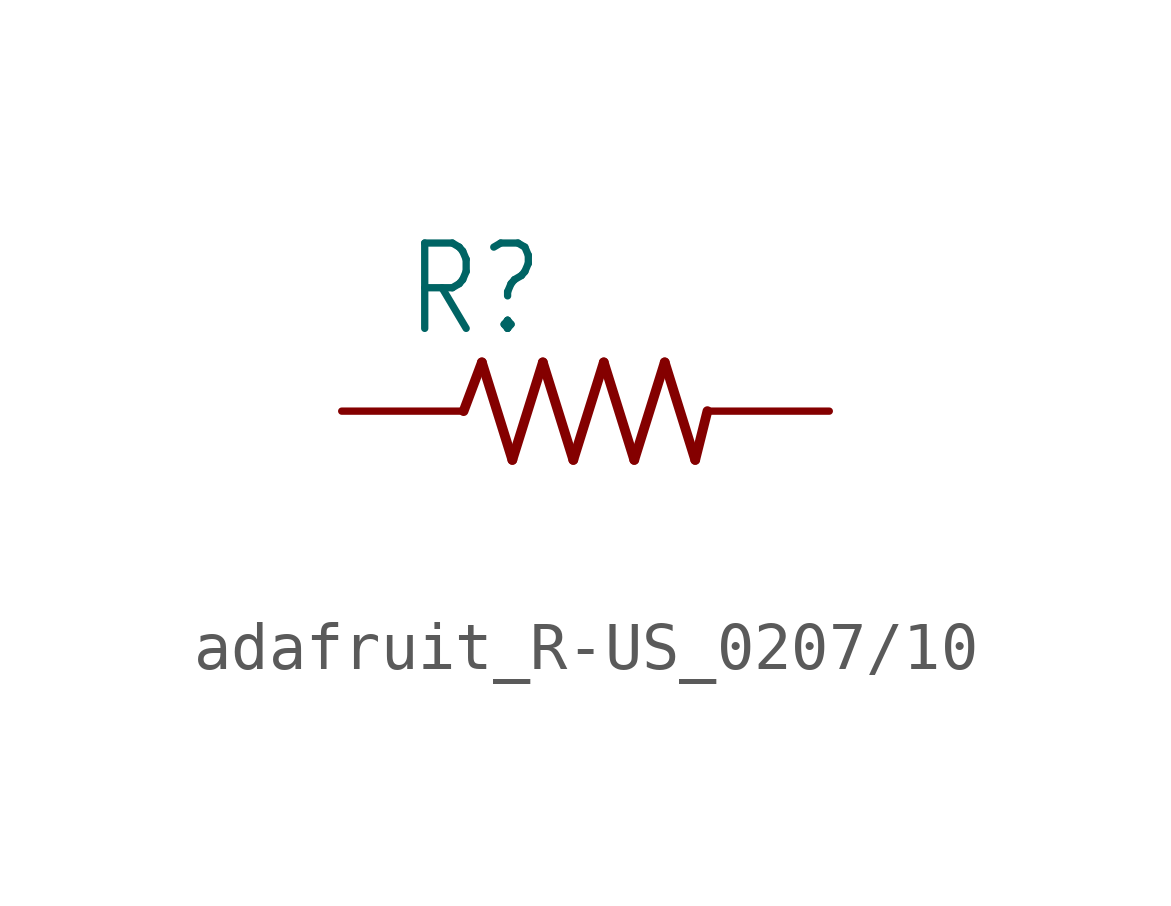
<source format=kicad_sym>
(kicad_symbol_lib
  (version 20220914)
  (generator kicad_symbol_editor)
  (symbol "adafruit_R-US_0207/10"
    (property "Reference" "R"
      (at -3.81 1.499 0)
      (effects (font (size 1.778 1.511)) (justify left bottom)))
    (property "Value" ""
      (at -3.81 -3.302 0)
      (effects (font (size 1.778 1.511)) (justify left bottom)))
    (property "ki_locked" ""
      (at 0 0 0)
      (effects (font (size 1.27 1.27))))
    (symbol "adafruit_R-US_0207/10_1_0"
      (polyline (pts (xy -2.54 0) (xy -2.159 1.016)) (stroke (width 0.203) (type solid)) (fill (type none)))
      (polyline (pts (xy -2.159 1.016) (xy -1.524 -1.016)) (stroke (width 0.203) (type solid)) (fill (type none)))
      (polyline (pts (xy -1.524 -1.016) (xy -0.889 1.016)) (stroke (width 0.203) (type solid)) (fill (type none)))
      (polyline (pts (xy -0.889 1.016) (xy -0.254 -1.016)) (stroke (width 0.203) (type solid)) (fill (type none)))
      (polyline (pts (xy -0.254 -1.016) (xy 0.381 1.016)) (stroke (width 0.203) (type solid)) (fill (type none)))
      (polyline (pts (xy 0.381 1.016) (xy 1.016 -1.016)) (stroke (width 0.203) (type solid)) (fill (type none)))
      (polyline (pts (xy 1.016 -1.016) (xy 1.651 1.016)) (stroke (width 0.203) (type solid)) (fill (type none)))
      (polyline (pts (xy 1.651 1.016) (xy 2.286 -1.016)) (stroke (width 0.203) (type solid)) (fill (type none)))
      (polyline (pts (xy 2.286 -1.016) (xy 2.54 0)) (stroke (width 0.203) (type solid)) (fill (type none)))
      (pin passive line (at -5.08 0 0) (length 2.54) (name "1" (effects (font (size 0 0)))) (number "1" (effects (font (size 0 0)))))
      (pin passive line (at 5.08 0 180) (length 2.54) (name "2" (effects (font (size 0 0)))) (number "2" (effects (font (size 0 0))))))))
</source>
